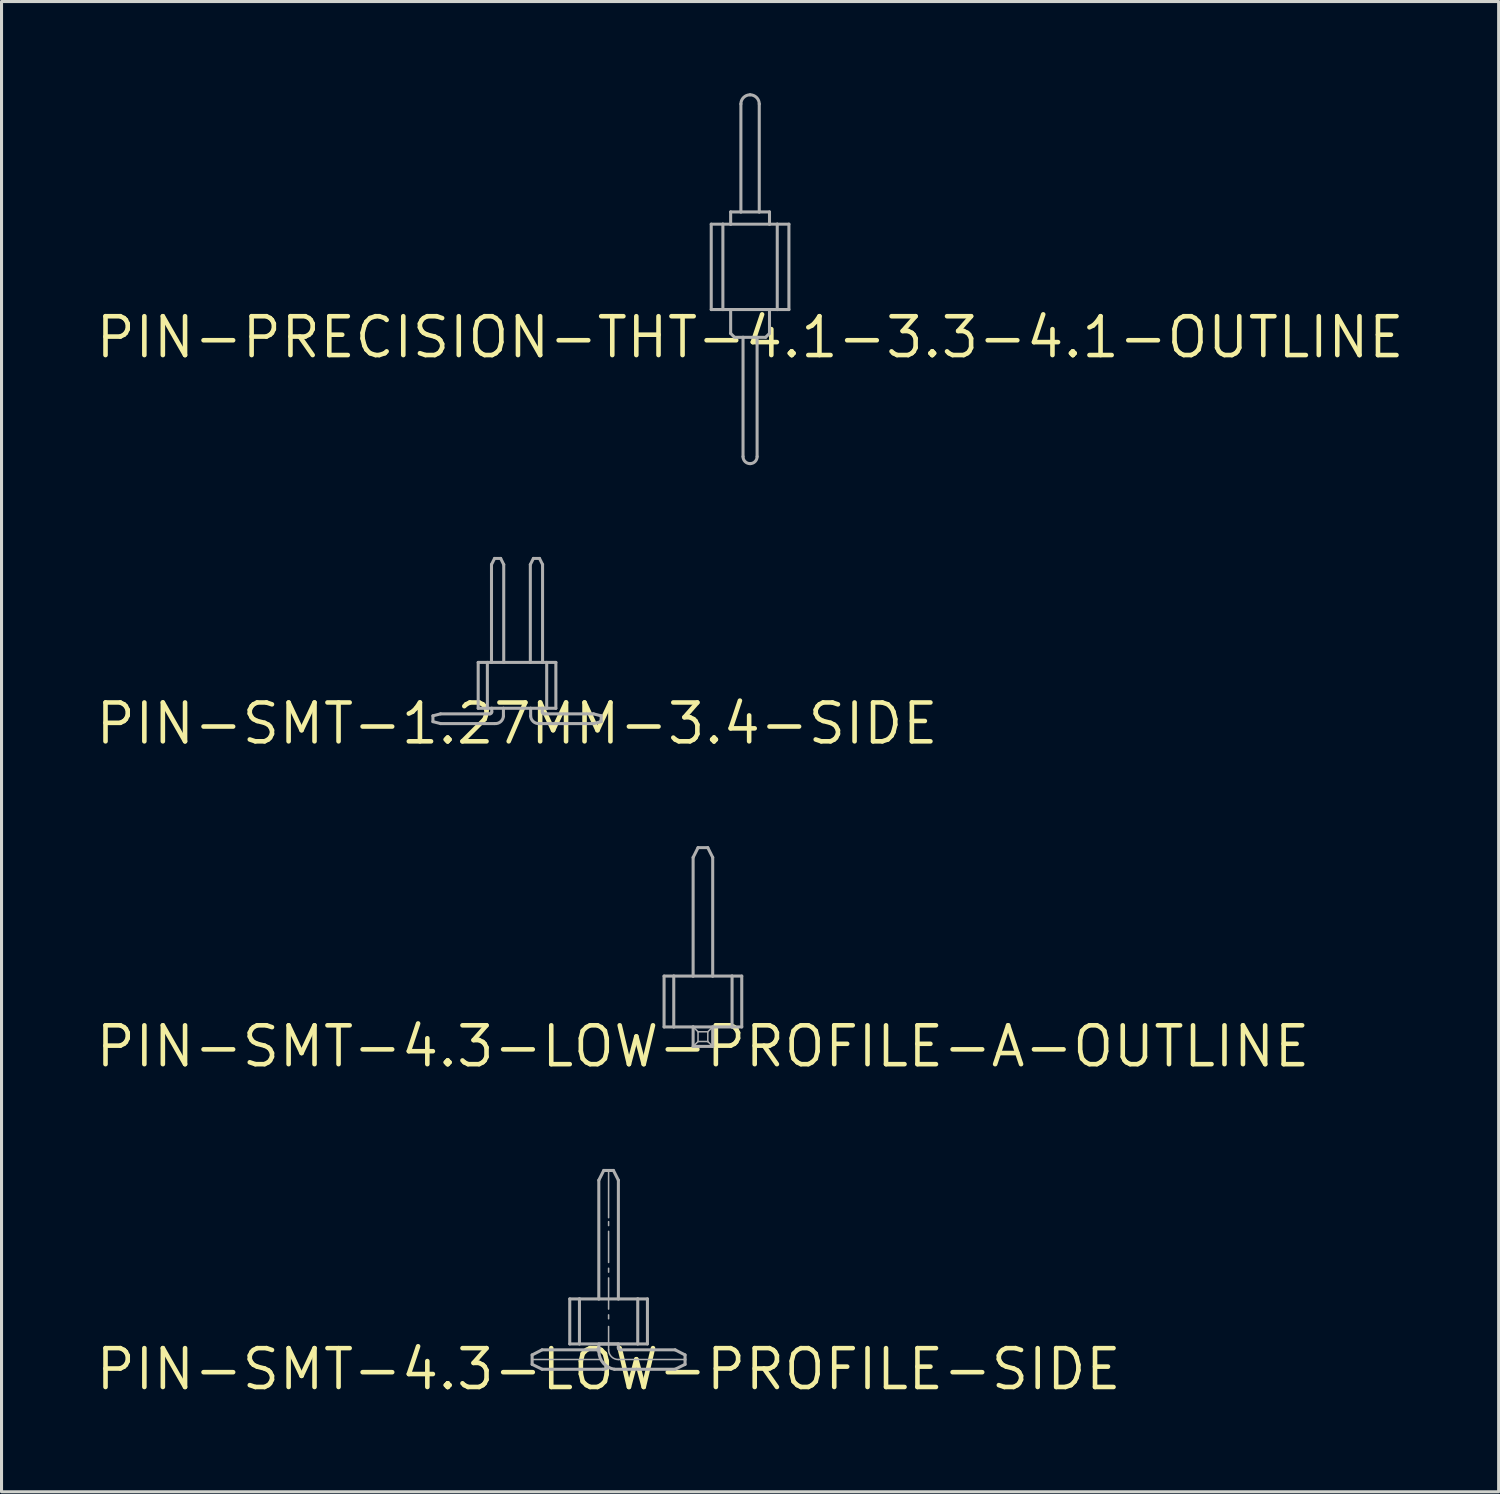
<source format=kicad_pcb>
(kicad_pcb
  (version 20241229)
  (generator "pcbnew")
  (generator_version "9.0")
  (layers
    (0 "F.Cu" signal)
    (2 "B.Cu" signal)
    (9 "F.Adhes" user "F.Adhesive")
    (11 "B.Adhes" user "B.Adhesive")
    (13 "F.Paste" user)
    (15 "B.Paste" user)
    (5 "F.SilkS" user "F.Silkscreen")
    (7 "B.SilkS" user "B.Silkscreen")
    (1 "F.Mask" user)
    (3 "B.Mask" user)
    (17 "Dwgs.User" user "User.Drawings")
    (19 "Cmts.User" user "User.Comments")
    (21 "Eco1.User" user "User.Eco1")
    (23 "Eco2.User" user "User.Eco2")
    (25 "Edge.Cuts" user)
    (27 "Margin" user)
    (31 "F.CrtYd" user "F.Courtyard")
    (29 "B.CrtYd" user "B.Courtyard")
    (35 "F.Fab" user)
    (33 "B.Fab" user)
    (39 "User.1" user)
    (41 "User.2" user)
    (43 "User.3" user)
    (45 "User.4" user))
  (footprint "PIN-SMT-1.27MM-3.4-SIDE"
    (layer "F.Cu")
    (at 13.856 20.61)
    (property "Reference" "PIN-SMT-1.27MM-3.4-SIDE" (at 0 0 0) (unlocked yes) (layer "F.SilkS") (effects (font (size 1.27 1.27) (thickness 0.15))))
    (fp_line (start -2.75 -0.254) (end -2.5 -0.318) (stroke (width 0.1) (type solid)) (layer "F.Fab"))
    (fp_line (start -2.75 -0.064) (end -2.75 -0.254) (stroke (width 0.1) (type solid)) (layer "F.Fab"))
    (fp_line (start -2.5 0) (end -2.75 -0.064) (stroke (width 0.1) (type solid)) (layer "F.Fab"))
    (fp_line (start -1.27 -2) (end -0.97 -2) (stroke (width 0.1) (type solid)) (layer "F.Fab"))
    (fp_line (start -1.27 -0.5) (end -1.27 -2) (stroke (width 0.1) (type solid)) (layer "F.Fab"))
    (fp_line (start -0.97 -2) (end -0.835 -2) (stroke (width 0.1) (type solid)) (layer "F.Fab"))
    (fp_line (start -0.97 -0.5) (end -1.27 -0.5) (stroke (width 0.1) (type solid)) (layer "F.Fab"))
    (fp_line (start -0.97 -0.5) (end -0.97 -2) (stroke (width 0.1) (type solid)) (layer "F.Fab"))
    (fp_line (start -0.889 -0.318) (end -2.5 -0.318) (stroke (width 0.1) (type solid)) (layer "F.Fab"))
    (fp_line (start -0.835 -5.2) (end -0.735 -5.4) (stroke (width 0.1) (type solid)) (layer "F.Fab"))
    (fp_line (start -0.835 -2) (end -0.835 -5.2) (stroke (width 0.1) (type solid)) (layer "F.Fab"))
    (fp_line (start -0.835 -2) (end -0.435 -2) (stroke (width 0.1) (type solid)) (layer "F.Fab"))
    (fp_line (start -0.826 -0.5) (end -0.97 -0.5) (stroke (width 0.1) (type solid)) (layer "F.Fab"))
    (fp_line (start -0.826 -0.5) (end -0.826 -0.381) (stroke (width 0.1) (type solid)) (layer "F.Fab"))
    (fp_line (start -0.735 -5.4) (end -0.535 -5.4) (stroke (width 0.1) (type solid)) (layer "F.Fab"))
    (fp_line (start -0.726 0) (end -2.5 0) (stroke (width 0.1) (type solid)) (layer "F.Fab"))
    (fp_line (start -0.535 -5.4) (end -0.435 -5.2) (stroke (width 0.1) (type solid)) (layer "F.Fab"))
    (fp_line (start -0.445 -0.5) (end -0.826 -0.5) (stroke (width 0.1) (type solid)) (layer "F.Fab"))
    (fp_line (start -0.445 -0.5) (end -0.445 -0.244) (stroke (width 0.1) (type solid)) (layer "F.Fab"))
    (fp_line (start -0.445 -0.5) (end 0.445 -0.5) (stroke (width 0.1) (type solid)) (layer "F.Fab"))
    (fp_line (start -0.435 -2) (end -0.435 -5.2) (stroke (width 0.1) (type solid)) (layer "F.Fab"))
    (fp_line (start 0.435 -5.2) (end 0.535 -5.4) (stroke (width 0.1) (type solid)) (layer "F.Fab"))
    (fp_line (start 0.435 -2) (end -0.435 -2) (stroke (width 0.1) (type solid)) (layer "F.Fab"))
    (fp_line (start 0.435 -2) (end 0.435 -5.2) (stroke (width 0.1) (type solid)) (layer "F.Fab"))
    (fp_line (start 0.445 -0.5) (end 0.445 -0.244) (stroke (width 0.1) (type solid)) (layer "F.Fab"))
    (fp_line (start 0.445 -0.5) (end 0.826 -0.5) (stroke (width 0.1) (type solid)) (layer "F.Fab"))
    (fp_line (start 0.535 -5.4) (end 0.735 -5.4) (stroke (width 0.1) (type solid)) (layer "F.Fab"))
    (fp_line (start 0.726 0) (end 2.5 0) (stroke (width 0.1) (type solid)) (layer "F.Fab"))
    (fp_line (start 0.735 -5.4) (end 0.835 -5.2) (stroke (width 0.1) (type solid)) (layer "F.Fab"))
    (fp_line (start 0.826 -0.5) (end 0.826 -0.381) (stroke (width 0.1) (type solid)) (layer "F.Fab"))
    (fp_line (start 0.826 -0.5) (end 0.97 -0.5) (stroke (width 0.1) (type solid)) (layer "F.Fab"))
    (fp_line (start 0.835 -2) (end 0.435 -2) (stroke (width 0.1) (type solid)) (layer "F.Fab"))
    (fp_line (start 0.835 -2) (end 0.835 -5.2) (stroke (width 0.1) (type solid)) (layer "F.Fab"))
    (fp_line (start 0.889 -0.318) (end 2.5 -0.318) (stroke (width 0.1) (type solid)) (layer "F.Fab"))
    (fp_line (start 0.97 -2) (end 0.835 -2) (stroke (width 0.1) (type solid)) (layer "F.Fab"))
    (fp_line (start 0.97 -0.5) (end 0.97 -2) (stroke (width 0.1) (type solid)) (layer "F.Fab"))
    (fp_line (start 0.97 -0.5) (end 1.27 -0.5) (stroke (width 0.1) (type solid)) (layer "F.Fab"))
    (fp_line (start 1.27 -2) (end 0.97 -2) (stroke (width 0.1) (type solid)) (layer "F.Fab"))
    (fp_line (start 1.27 -0.5) (end 1.27 -2) (stroke (width 0.1) (type solid)) (layer "F.Fab"))
    (fp_line (start 2.5 0) (end 2.75 -0.064) (stroke (width 0.1) (type solid)) (layer "F.Fab"))
    (fp_line (start 2.75 -0.254) (end 2.5 -0.318) (stroke (width 0.1) (type solid)) (layer "F.Fab"))
    (fp_line (start 2.75 -0.064) (end 2.75 -0.254) (stroke (width 0.1) (type solid)) (layer "F.Fab"))
    (fp_arc (start -0.8255 -0.381) (mid -0.844099 -0.336099) (end -0.889 -0.3175) (stroke (width 0.1) (type solid)) (layer "F.Fab"))
    (fp_arc (start -0.4445 -0.2445) (mid -0.534362 -0.064053) (end -0.7255 0) (stroke (width 0.1) (type solid)) (layer "F.Fab"))
    (fp_arc (start 0.7255 0) (mid 0.534362 -0.064053) (end 0.4445 -0.2445) (stroke (width 0.1) (type solid)) (layer "F.Fab"))
    (fp_arc (start 0.889 -0.3175) (mid 0.844099 -0.336099) (end 0.8255 -0.381) (stroke (width 0.1) (type solid)) (layer "F.Fab")))
  (footprint "PIN-SMT-4.3-LOW-PROFILE-SIDE"
    (layer "F.Cu")
    (at 16.85 41.722)
    (property "Reference" "PIN-SMT-4.3-LOW-PROFILE-SIDE" (at 0 0 0) (unlocked yes) (layer "F.SilkS") (effects (font (size 1.27 1.27) (thickness 0.15))))
    (fp_line (start -2.5 -0.468) (end -2.5 -0.16) (stroke (width 0.1) (type solid)) (layer "F.Fab"))
    (fp_line (start -2.5 -0.16) (end -2.175 0) (stroke (width 0.1) (type solid)) (layer "F.Fab"))
    (fp_line (start -2.175 -0.635) (end -2.5 -0.468) (stroke (width 0.1) (type solid)) (layer "F.Fab"))
    (fp_line (start -2.175 -0.635) (end -0.381 -0.635) (stroke (width 0.1) (type solid)) (layer "F.Fab"))
    (fp_line (start -1.27 -2.3) (end -0.953 -2.3) (stroke (width 0.1) (type solid)) (layer "F.Fab"))
    (fp_line (start -1.27 -0.828) (end -1.27 -2.3) (stroke (width 0.1) (type solid)) (layer "F.Fab"))
    (fp_line (start -1.27 -0.828) (end -0.953 -0.828) (stroke (width 0.1) (type solid)) (layer "F.Fab"))
    (fp_line (start -0.953 -2.3) (end -0.32 -2.3) (stroke (width 0.1) (type solid)) (layer "F.Fab"))
    (fp_line (start -0.953 -0.828) (end -0.953 -2.3) (stroke (width 0.1) (type solid)) (layer "F.Fab"))
    (fp_line (start -0.32 -6.18) (end -0.159 -6.5) (stroke (width 0.1) (type solid)) (layer "F.Fab"))
    (fp_line (start -0.32 -2.3) (end -0.32 -6.18) (stroke (width 0.1) (type solid)) (layer "F.Fab"))
    (fp_line (start -0.32 -2.3) (end 0.32 -2.3) (stroke (width 0.1) (type solid)) (layer "F.Fab"))
    (fp_line (start -0.318 -0.826) (end -0.318 -0.699) (stroke (width 0.1) (type solid)) (layer "F.Fab"))
    (fp_line (start -0.318 -0.572) (end -0.318 -0.699) (stroke (width 0.1) (type solid)) (layer "F.Fab"))
    (fp_line (start -0.267 -0.318) (end -2.5 -0.318) (stroke (width 0.05) (type solid)) (layer "F.Fab"))
    (fp_line (start -0.191 0) (end -2.175 0) (stroke (width 0.1) (type solid)) (layer "F.Fab"))
    (fp_line (start -0.159 -6.5) (end 0.159 -6.5) (stroke (width 0.1) (type solid)) (layer "F.Fab"))
    (fp_line (start 0 -6.521) (end 0 -4.956) (stroke (width 0.05) (type solid)) (layer "F.Fab"))
    (fp_line (start 0 -4.826) (end 0 -4.699) (stroke (width 0.05) (type solid)) (layer "F.Fab"))
    (fp_line (start 0 -3.493) (end 0 -4.508) (stroke (width 0.05) (type solid)) (layer "F.Fab"))
    (fp_line (start 0 -3.302) (end 0 -3.175) (stroke (width 0.05) (type solid)) (layer "F.Fab"))
    (fp_line (start 0 -1.968) (end 0 -2.985) (stroke (width 0.05) (type solid)) (layer "F.Fab"))
    (fp_line (start 0 -1.778) (end 0 -1.651) (stroke (width 0.05) (type solid)) (layer "F.Fab"))
    (fp_line (start 0 -0.826) (end -0.318 -0.826) (stroke (width 0.1) (type solid)) (layer "F.Fab"))
    (fp_line (start 0 -0.826) (end 0 -0.806) (stroke (width 0.05) (type solid)) (layer "F.Fab"))
    (fp_line (start 0 -0.806) (end 0 -1.397) (stroke (width 0.05) (type solid)) (layer "F.Fab"))
    (fp_line (start 0 -0.806) (end 0 -0.635) (stroke (width 0.05) (type solid)) (layer "F.Fab"))
    (fp_line (start 0.159 -6.5) (end 0.32 -6.18) (stroke (width 0.1) (type solid)) (layer "F.Fab"))
    (fp_line (start 0.191 0) (end 2.175 0) (stroke (width 0.1) (type solid)) (layer "F.Fab"))
    (fp_line (start 0.318 -0.826) (end 0 -0.826) (stroke (width 0.1) (type solid)) (layer "F.Fab"))
    (fp_line (start 0.318 -0.826) (end 0.318 -0.699) (stroke (width 0.1) (type solid)) (layer "F.Fab"))
    (fp_line (start 0.318 -0.318) (end 2.5 -0.318) (stroke (width 0.05) (type solid)) (layer "F.Fab"))
    (fp_line (start 0.32 -2.3) (end 0.32 -6.18) (stroke (width 0.1) (type solid)) (layer "F.Fab"))
    (fp_line (start 0.32 -2.3) (end 0.953 -2.3) (stroke (width 0.1) (type solid)) (layer "F.Fab"))
    (fp_line (start 0.953 -2.3) (end 1.27 -2.3) (stroke (width 0.1) (type solid)) (layer "F.Fab"))
    (fp_line (start 0.953 -0.828) (end -0.953 -0.828) (stroke (width 0.1) (type solid)) (layer "F.Fab"))
    (fp_line (start 0.953 -0.828) (end 0.953 -2.3) (stroke (width 0.1) (type solid)) (layer "F.Fab"))
    (fp_line (start 1.27 -2.3) (end 1.27 -0.828) (stroke (width 0.1) (type solid)) (layer "F.Fab"))
    (fp_line (start 1.27 -0.828) (end 0.953 -0.828) (stroke (width 0.1) (type solid)) (layer "F.Fab"))
    (fp_line (start 2.175 -0.635) (end 0.381 -0.635) (stroke (width 0.1) (type solid)) (layer "F.Fab"))
    (fp_line (start 2.175 -0.635) (end 2.5 -0.468) (stroke (width 0.1) (type solid)) (layer "F.Fab"))
    (fp_line (start 2.5 -0.468) (end 2.5 -0.318) (stroke (width 0.1) (type solid)) (layer "F.Fab"))
    (fp_line (start 2.5 -0.318) (end 2.5 -0.16) (stroke (width 0.1) (type solid)) (layer "F.Fab"))
    (fp_line (start 2.5 -0.16) (end 2.175 0) (stroke (width 0.1) (type solid)) (layer "F.Fab"))
    (fp_arc (start -0.3175 -0.6985) (mid -0.336099 -0.653599) (end -0.381 -0.635) (stroke (width 0.1) (type solid)) (layer "F.Fab"))
    (fp_arc (start 0 -0.063499) (mid -0.090098 -0.016292) (end -0.1905 0) (stroke (width 0.1) (type solid)) (layer "F.Fab"))
    (fp_arc (start 0.1905 0) (mid -0.166956 -0.193789) (end -0.3175 -0.5715) (stroke (width 0.1) (type solid)) (layer "F.Fab"))
    (fp_arc (start 0.3175 -0.3175) (mid 0.092994 -0.410494) (end 0 -0.635) (stroke (width 0.05) (type solid)) (layer "F.Fab"))
    (fp_arc (start 0.381 -0.635) (mid 0.336099 -0.653599) (end 0.3175 -0.6985) (stroke (width 0.1) (type solid)) (layer "F.Fab")))
  (footprint "PIN-SMT-4.3-LOW-PROFILE-A-OUTLINE"
    (layer "F.Cu")
    (at 19.934 31.166)
    (property "Reference" "PIN-SMT-4.3-LOW-PROFILE-A-OUTLINE" (at 0 0 0) (unlocked yes) (layer "F.SilkS") (effects (font (size 1.27 1.27) (thickness 0.15))))
    (fp_line (start -1.27 -2.3) (end -0.953 -2.3) (stroke (width 0.1) (type solid)) (layer "F.Fab"))
    (fp_line (start -1.27 -0.637) (end -1.27 -2.3) (stroke (width 0.1) (type solid)) (layer "F.Fab"))
    (fp_line (start -1.27 -0.637) (end -0.953 -0.637) (stroke (width 0.1) (type solid)) (layer "F.Fab"))
    (fp_line (start -0.953 -2.3) (end -0.32 -2.3) (stroke (width 0.1) (type solid)) (layer "F.Fab"))
    (fp_line (start -0.953 -0.637) (end -0.953 -2.3) (stroke (width 0.1) (type solid)) (layer "F.Fab"))
    (fp_line (start -0.32 -6.18) (end -0.159 -6.5) (stroke (width 0.1) (type solid)) (layer "F.Fab"))
    (fp_line (start -0.32 -2.3) (end -0.32 -6.18) (stroke (width 0.1) (type solid)) (layer "F.Fab"))
    (fp_line (start -0.32 -2.3) (end 0.32 -2.3) (stroke (width 0.1) (type solid)) (layer "F.Fab"))
    (fp_line (start -0.32 -0.637) (end -0.953 -0.637) (stroke (width 0.1) (type solid)) (layer "F.Fab"))
    (fp_line (start -0.32 -0.637) (end -0.32 0) (stroke (width 0.1) (type solid)) (layer "F.Fab"))
    (fp_line (start -0.32 0) (end -0.16 -0.16) (stroke (width 0.05) (type solid)) (layer "F.Fab"))
    (fp_line (start -0.32 0) (end 0.32 0) (stroke (width 0.1) (type solid)) (layer "F.Fab"))
    (fp_line (start -0.16 -0.48) (end -0.32 -0.637) (stroke (width 0.05) (type solid)) (layer "F.Fab"))
    (fp_line (start -0.16 -0.48) (end -0.16 -0.16) (stroke (width 0.05) (type solid)) (layer "F.Fab"))
    (fp_line (start -0.16 -0.16) (end 0.16 -0.16) (stroke (width 0.05) (type solid)) (layer "F.Fab"))
    (fp_line (start -0.159 -6.5) (end 0.159 -6.5) (stroke (width 0.1) (type solid)) (layer "F.Fab"))
    (fp_line (start 0.159 -6.5) (end 0.32 -6.18) (stroke (width 0.1) (type solid)) (layer "F.Fab"))
    (fp_line (start 0.16 -0.48) (end -0.16 -0.48) (stroke (width 0.05) (type solid)) (layer "F.Fab"))
    (fp_line (start 0.16 -0.48) (end 0.32 -0.637) (stroke (width 0.05) (type solid)) (layer "F.Fab"))
    (fp_line (start 0.16 -0.16) (end 0.16 -0.48) (stroke (width 0.05) (type solid)) (layer "F.Fab"))
    (fp_line (start 0.16 -0.16) (end 0.32 0) (stroke (width 0.05) (type solid)) (layer "F.Fab"))
    (fp_line (start 0.32 -2.3) (end 0.32 -6.18) (stroke (width 0.1) (type solid)) (layer "F.Fab"))
    (fp_line (start 0.32 -2.3) (end 0.953 -2.3) (stroke (width 0.1) (type solid)) (layer "F.Fab"))
    (fp_line (start 0.32 -0.637) (end -0.32 -0.637) (stroke (width 0.1) (type solid)) (layer "F.Fab"))
    (fp_line (start 0.32 0) (end 0.32 -0.637) (stroke (width 0.1) (type solid)) (layer "F.Fab"))
    (fp_line (start 0.953 -2.3) (end 1.27 -2.3) (stroke (width 0.1) (type solid)) (layer "F.Fab"))
    (fp_line (start 0.953 -0.637) (end 0.32 -0.637) (stroke (width 0.1) (type solid)) (layer "F.Fab"))
    (fp_line (start 0.953 -0.637) (end 0.953 -2.3) (stroke (width 0.1) (type solid)) (layer "F.Fab"))
    (fp_line (start 1.27 -2.3) (end 1.27 -0.637) (stroke (width 0.1) (type solid)) (layer "F.Fab"))
    (fp_line (start 1.27 -0.637) (end 0.953 -0.637) (stroke (width 0.1) (type solid)) (layer "F.Fab")))
  (footprint "PIN-PRECISION-THT-4.1-3.3-4.1-OUTLINE"
    (layer "F.Cu")
    (at 21.476 7.98)
    (property "Reference" "PIN-PRECISION-THT-4.1-3.3-4.1-OUTLINE" (at 0 0 0) (unlocked yes) (layer "F.SilkS") (effects (font (size 1.27 1.27) (thickness 0.15))))
    (fp_line (start -1.27 -3.7) (end -0.889 -3.7) (stroke (width 0.1) (type solid)) (layer "F.Fab"))
    (fp_line (start -1.27 -0.908) (end -1.27 -3.7) (stroke (width 0.1) (type solid)) (layer "F.Fab"))
    (fp_line (start -0.889 -3.7) (end -0.635 -3.7) (stroke (width 0.1) (type solid)) (layer "F.Fab"))
    (fp_line (start -0.889 -0.908) (end -1.27 -0.908) (stroke (width 0.1) (type solid)) (layer "F.Fab"))
    (fp_line (start -0.889 -0.908) (end -0.889 -3.7) (stroke (width 0.1) (type solid)) (layer "F.Fab"))
    (fp_line (start -0.635 -4.1) (end -0.635 -3.7) (stroke (width 0.1) (type solid)) (layer "F.Fab"))
    (fp_line (start -0.635 -3.7) (end 0.635 -3.7) (stroke (width 0.1) (type solid)) (layer "F.Fab"))
    (fp_line (start -0.635 -0.908) (end -0.889 -0.908) (stroke (width 0.1) (type solid)) (layer "F.Fab"))
    (fp_line (start -0.635 -0.908) (end -0.635 -0.127) (stroke (width 0.1) (type solid)) (layer "F.Fab"))
    (fp_line (start -0.635 -0.127) (end -0.508 0) (stroke (width 0.1) (type solid)) (layer "F.Fab"))
    (fp_line (start -0.508 0) (end -0.23 0) (stroke (width 0.1) (type solid)) (layer "F.Fab"))
    (fp_line (start -0.3 -7.63) (end -0.3 -4.1) (stroke (width 0.1) (type solid)) (layer "F.Fab"))
    (fp_line (start -0.3 -4.1) (end -0.635 -4.1) (stroke (width 0.1) (type solid)) (layer "F.Fab"))
    (fp_line (start -0.23 0) (end 0.23 0) (stroke (width 0.1) (type solid)) (layer "F.Fab"))
    (fp_line (start -0.23 3.9) (end -0.23 0) (stroke (width 0.1) (type solid)) (layer "F.Fab"))
    (fp_line (start 0.23 0) (end 0.508 0) (stroke (width 0.1) (type solid)) (layer "F.Fab"))
    (fp_line (start 0.23 3.9) (end 0.23 0) (stroke (width 0.1) (type solid)) (layer "F.Fab"))
    (fp_line (start 0.3 -7.63) (end 0.3 -4.1) (stroke (width 0.1) (type solid)) (layer "F.Fab"))
    (fp_line (start 0.3 -4.1) (end -0.3 -4.1) (stroke (width 0.1) (type solid)) (layer "F.Fab"))
    (fp_line (start 0.508 0) (end 0.635 -0.127) (stroke (width 0.1) (type solid)) (layer "F.Fab"))
    (fp_line (start 0.635 -4.1) (end 0.3 -4.1) (stroke (width 0.1) (type solid)) (layer "F.Fab"))
    (fp_line (start 0.635 -3.7) (end 0.635 -4.1) (stroke (width 0.1) (type solid)) (layer "F.Fab"))
    (fp_line (start 0.635 -3.7) (end 0.889 -3.7) (stroke (width 0.1) (type solid)) (layer "F.Fab"))
    (fp_line (start 0.635 -0.908) (end -0.635 -0.908) (stroke (width 0.1) (type solid)) (layer "F.Fab"))
    (fp_line (start 0.635 -0.127) (end 0.635 -0.908) (stroke (width 0.1) (type solid)) (layer "F.Fab"))
    (fp_line (start 0.889 -0.908) (end 0.635 -0.908) (stroke (width 0.1) (type solid)) (layer "F.Fab"))
    (fp_line (start 0.889 -0.908) (end 0.889 -3.7) (stroke (width 0.1) (type solid)) (layer "F.Fab"))
    (fp_line (start 1.27 -3.7) (end 0.889 -3.7) (stroke (width 0.1) (type solid)) (layer "F.Fab"))
    (fp_line (start 1.27 -3.7) (end 1.27 -0.908) (stroke (width 0.1) (type solid)) (layer "F.Fab"))
    (fp_line (start 1.27 -0.908) (end 0.889 -0.908) (stroke (width 0.1) (type solid)) (layer "F.Fab"))
    (fp_arc (start -0.3 -7.63) (mid -0.212132 -7.842132) (end 0 -7.93) (stroke (width 0.1) (type solid)) (layer "F.Fab"))
    (fp_arc (start 0 -7.93) (mid 0.212132 -7.842132) (end 0.3 -7.63) (stroke (width 0.1) (type solid)) (layer "F.Fab"))
    (fp_arc (start 0 4.13) (mid -0.162635 4.062635) (end -0.23 3.9) (stroke (width 0.1) (type solid)) (layer "F.Fab"))
    (fp_arc (start 0.23 3.9) (mid 0.162635 4.062635) (end 0 4.13) (stroke (width 0.1) (type solid)) (layer "F.Fab")))
  (gr_rect
    (start -3 -3)
    (end 45.953 45.729)
    (stroke (width 0.1) (type default))
    (fill no)
    (layer "Edge.Cuts")))
</source>
